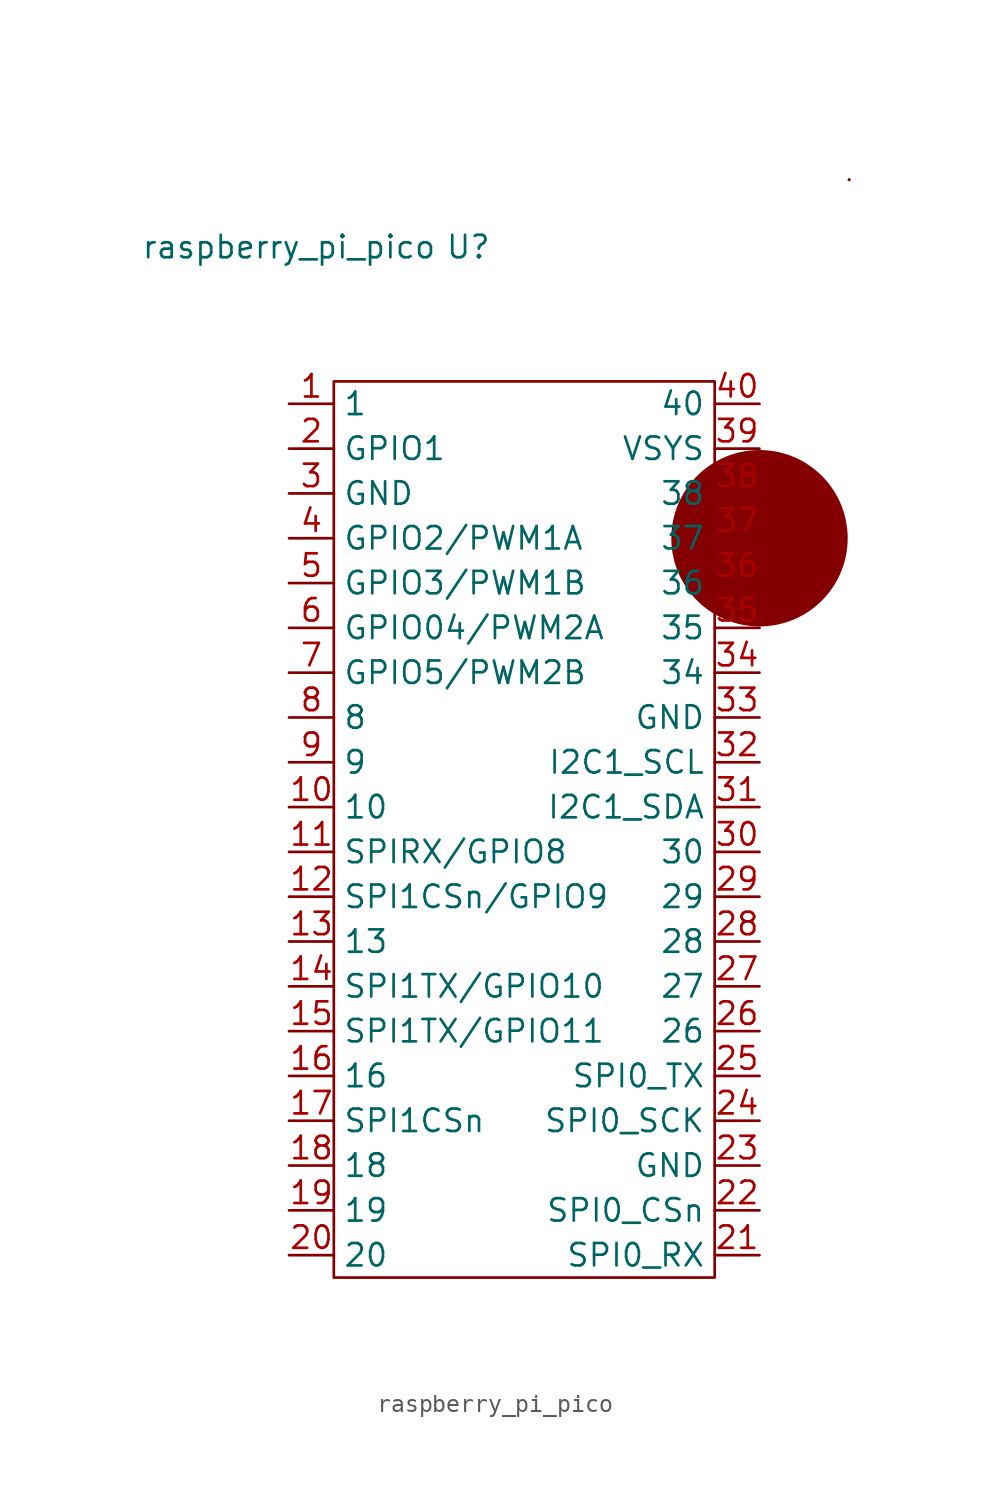
<source format=kicad_sym>
(kicad_symbol_lib
  (version 20211014)
  (generator kicad_symbol_editor)
  (symbol "raspberry_pi_pico"
    (property "Reference" "U"
      (at 10.16 8.89 0)
      (effects (font (size 1.27 1.27))))
    (property "Value" "raspberry_pi_pico"
      (at 0 8.89 0)
      (effects (font (size 1.27 1.27))))
    (symbol "raspberry_pi_pico_0_1"
      (polyline (pts (xy 2.54 1.27) (xy 2.54 -49.53) (xy 24.13 -49.53) (xy 24.13 1.27) (xy 2.54 1.27)) (stroke (width 0) (type default) (color 0 0 0 0)) (fill (type none)))
      (rectangle (start 26.67 -7.62) (end 26.67 -7.62) (stroke (width 10) (type default) (color 0 0 0 0)) (fill (type none)))
      (rectangle (start 31.75 12.7) (end 31.75 12.7) (stroke (width 0) (type default) (color 0 0 0 0)) (fill (type none)))
      (rectangle (start 31.75 12.7) (end 31.75 12.7) (stroke (width 0) (type default) (color 0 0 0 0)) (fill (type none)))
      (rectangle (start 31.75 12.7) (end 31.75 12.7) (stroke (width 0) (type default) (color 0 0 0 0)) (fill (type none))))
    (symbol "raspberry_pi_pico_1_1"
      (pin output line (at 0 0 0) (length 2.54) (name "1" (effects (font (size 1.27 1.27)))) (number "1" (effects (font (size 1.27 1.27)))))
      (pin output line (at 0 -22.86 0) (length 2.54) (name "10" (effects (font (size 1.27 1.27)))) (number "10" (effects (font (size 1.27 1.27)))))
      (pin output line (at 0 -25.4 0) (length 2.54) (name "SPIRX/GPIO8" (effects (font (size 1.27 1.27)))) (number "11" (effects (font (size 1.27 1.27)))))
      (pin output line (at 0 -27.94 0) (length 2.54) (name "SPI1CSn/GPIO9" (effects (font (size 1.27 1.27)))) (number "12" (effects (font (size 1.27 1.27)))))
      (pin output line (at 0 -30.48 0) (length 2.54) (name "13" (effects (font (size 1.27 1.27)))) (number "13" (effects (font (size 1.27 1.27)))))
      (pin output line (at 0 -33.02 0) (length 2.54) (name "SPI1TX/GPIO10" (effects (font (size 1.27 1.27)))) (number "14" (effects (font (size 1.27 1.27)))))
      (pin output line (at 0 -35.56 0) (length 2.54) (name "SPI1TX/GPIO11" (effects (font (size 1.27 1.27)))) (number "15" (effects (font (size 1.27 1.27)))))
      (pin output line (at 0 -38.1 0) (length 2.54) (name "16" (effects (font (size 1.27 1.27)))) (number "16" (effects (font (size 1.27 1.27)))))
      (pin output line (at 0 -40.64 0) (length 2.54) (name "SPI1CSn" (effects (font (size 1.27 1.27)))) (number "17" (effects (font (size 1.27 1.27)))))
      (pin output line (at 0 -43.18 0) (length 2.54) (name "18" (effects (font (size 1.27 1.27)))) (number "18" (effects (font (size 1.27 1.27)))))
      (pin output line (at 0 -45.72 0) (length 2.54) (name "19" (effects (font (size 1.27 1.27)))) (number "19" (effects (font (size 1.27 1.27)))))
      (pin output line (at 0 -2.54 0) (length 2.54) (name "GPIO1" (effects (font (size 1.27 1.27)))) (number "2" (effects (font (size 1.27 1.27)))))
      (pin output line (at 0 -48.26 0) (length 2.54) (name "20" (effects (font (size 1.27 1.27)))) (number "20" (effects (font (size 1.27 1.27)))))
      (pin output line (at 26.67 -48.26 180) (length 2.54) (name "SPI0_RX" (effects (font (size 1.27 1.27)))) (number "21" (effects (font (size 1.27 1.27)))))
      (pin output line (at 26.67 -45.72 180) (length 2.54) (name "SPI0_CSn" (effects (font (size 1.27 1.27)))) (number "22" (effects (font (size 1.27 1.27)))))
      (pin power_out line (at 26.67 -43.18 180) (length 2.54) (name "GND" (effects (font (size 1.27 1.27)))) (number "23" (effects (font (size 1.27 1.27)))))
      (pin output line (at 26.67 -40.64 180) (length 2.54) (name "SPI0_SCK" (effects (font (size 1.27 1.27)))) (number "24" (effects (font (size 1.27 1.27)))))
      (pin output line (at 26.67 -38.1 180) (length 2.54) (name "SPI0_TX" (effects (font (size 1.27 1.27)))) (number "25" (effects (font (size 1.27 1.27)))))
      (pin output line (at 26.67 -35.56 180) (length 2.54) (name "26" (effects (font (size 1.27 1.27)))) (number "26" (effects (font (size 1.27 1.27)))))
      (pin output line (at 26.67 -33.02 180) (length 2.54) (name "27" (effects (font (size 1.27 1.27)))) (number "27" (effects (font (size 1.27 1.27)))))
      (pin output line (at 26.67 -30.48 180) (length 2.54) (name "28" (effects (font (size 1.27 1.27)))) (number "28" (effects (font (size 1.27 1.27)))))
      (pin output line (at 26.67 -27.94 180) (length 2.54) (name "29" (effects (font (size 1.27 1.27)))) (number "29" (effects (font (size 1.27 1.27)))))
      (pin power_out line (at 0 -5.08 0) (length 2.54) (name "GND" (effects (font (size 1.27 1.27)))) (number "3" (effects (font (size 1.27 1.27)))))
      (pin output line (at 26.67 -25.4 180) (length 2.54) (name "30" (effects (font (size 1.27 1.27)))) (number "30" (effects (font (size 1.27 1.27)))))
      (pin output line (at 26.67 -22.86 180) (length 2.54) (name "I2C1_SDA" (effects (font (size 1.27 1.27)))) (number "31" (effects (font (size 1.27 1.27)))))
      (pin output line (at 26.67 -20.32 180) (length 2.54) (name "I2C1_SCL" (effects (font (size 1.27 1.27)))) (number "32" (effects (font (size 1.27 1.27)))))
      (pin power_out line (at 26.67 -17.78 180) (length 2.54) (name "GND" (effects (font (size 1.27 1.27)))) (number "33" (effects (font (size 1.27 1.27)))))
      (pin output line (at 26.67 -15.24 180) (length 2.54) (name "34" (effects (font (size 1.27 1.27)))) (number "34" (effects (font (size 1.27 1.27)))))
      (pin output line (at 26.67 -12.7 180) (length 2.54) (name "35" (effects (font (size 1.27 1.27)))) (number "35" (effects (font (size 1.27 1.27)))))
      (pin power_out line (at 26.67 -10.16 180) (length 2.54) (name "36" (effects (font (size 1.27 1.27)))) (number "36" (effects (font (size 1.27 1.27)))))
      (pin output line (at 26.67 -7.62 180) (length 2.54) (name "37" (effects (font (size 1.27 1.27)))) (number "37" (effects (font (size 1.27 1.27)))))
      (pin output line (at 26.67 -5.08 180) (length 2.54) (name "38" (effects (font (size 1.27 1.27)))) (number "38" (effects (font (size 1.27 1.27)))))
      (pin power_out line (at 26.67 -2.54 180) (length 2.54) (name "VSYS" (effects (font (size 1.27 1.27)))) (number "39" (effects (font (size 1.27 1.27)))))
      (pin output line (at 0 -7.62 0) (length 2.54) (name "GPIO2/PWM1A" (effects (font (size 1.27 1.27)))) (number "4" (effects (font (size 1.27 1.27)))))
      (pin output line (at 26.67 0 180) (length 2.54) (name "40" (effects (font (size 1.27 1.27)))) (number "40" (effects (font (size 1.27 1.27)))))
      (pin output line (at 0 -10.16 0) (length 2.54) (name "GPIO3/PWM1B" (effects (font (size 1.27 1.27)))) (number "5" (effects (font (size 1.27 1.27)))))
      (pin output line (at 0 -12.7 0) (length 2.54) (name "GPIO04/PWM2A" (effects (font (size 1.27 1.27)))) (number "6" (effects (font (size 1.27 1.27)))))
      (pin output line (at 0 -15.24 0) (length 2.54) (name "GPIO5/PWM2B" (effects (font (size 1.27 1.27)))) (number "7" (effects (font (size 1.27 1.27)))))
      (pin output line (at 0 -17.78 0) (length 2.54) (name "8" (effects (font (size 1.27 1.27)))) (number "8" (effects (font (size 1.27 1.27)))))
      (pin output line (at 0 -20.32 0) (length 2.54) (name "9" (effects (font (size 1.27 1.27)))) (number "9" (effects (font (size 1.27 1.27))))))))
</source>
